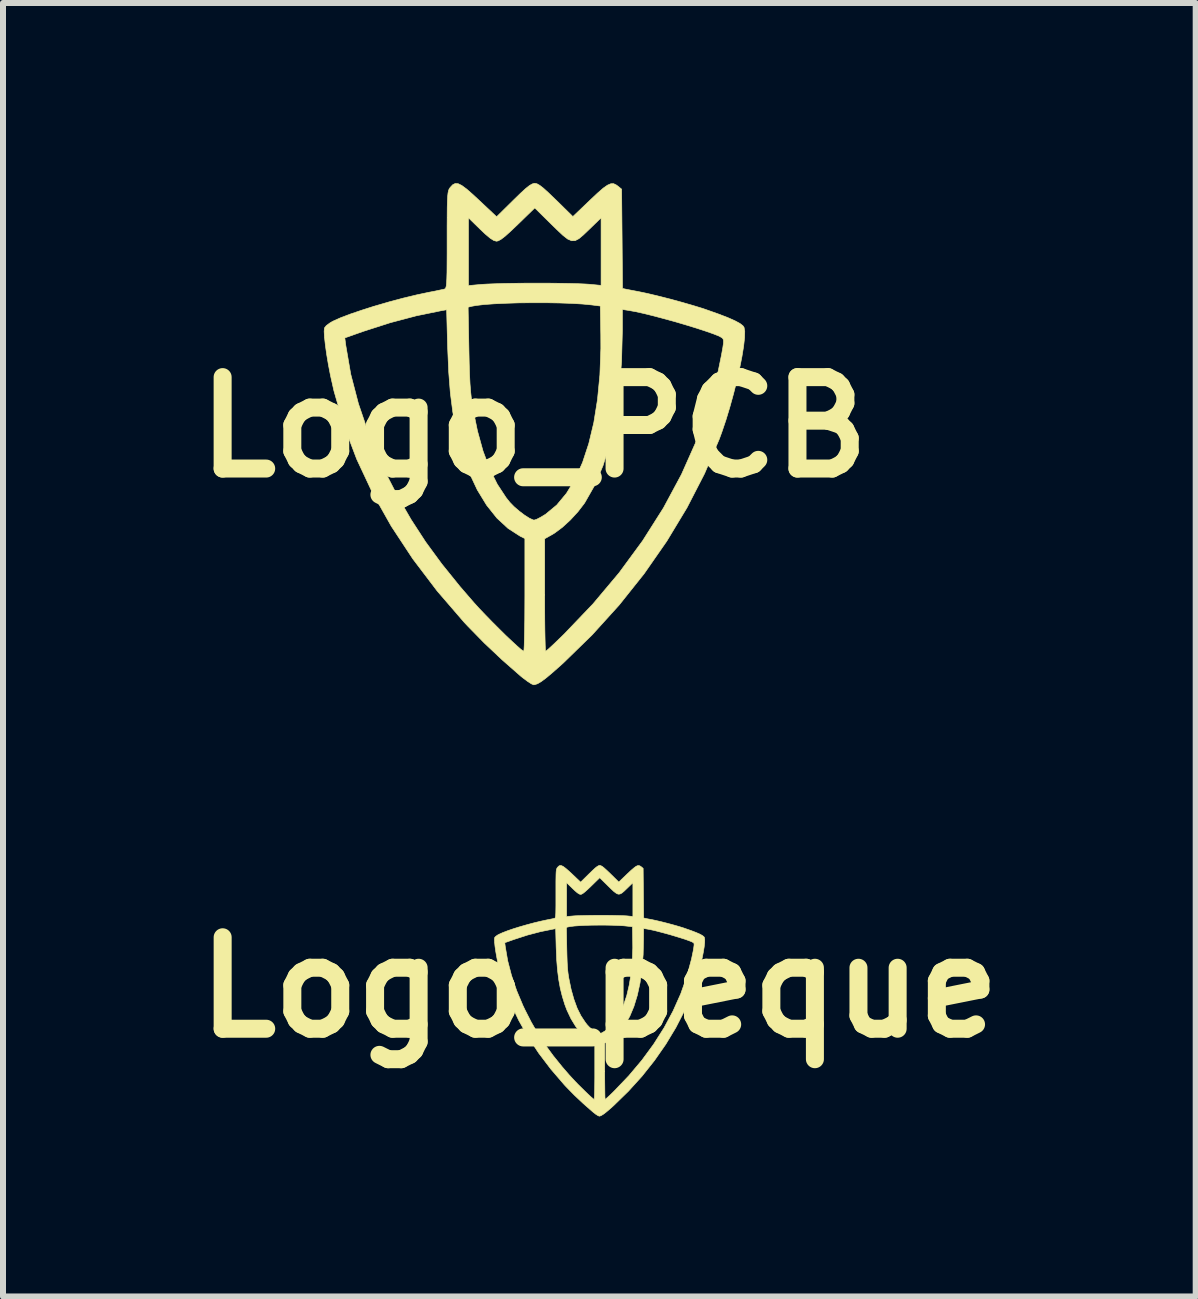
<source format=kicad_pcb>
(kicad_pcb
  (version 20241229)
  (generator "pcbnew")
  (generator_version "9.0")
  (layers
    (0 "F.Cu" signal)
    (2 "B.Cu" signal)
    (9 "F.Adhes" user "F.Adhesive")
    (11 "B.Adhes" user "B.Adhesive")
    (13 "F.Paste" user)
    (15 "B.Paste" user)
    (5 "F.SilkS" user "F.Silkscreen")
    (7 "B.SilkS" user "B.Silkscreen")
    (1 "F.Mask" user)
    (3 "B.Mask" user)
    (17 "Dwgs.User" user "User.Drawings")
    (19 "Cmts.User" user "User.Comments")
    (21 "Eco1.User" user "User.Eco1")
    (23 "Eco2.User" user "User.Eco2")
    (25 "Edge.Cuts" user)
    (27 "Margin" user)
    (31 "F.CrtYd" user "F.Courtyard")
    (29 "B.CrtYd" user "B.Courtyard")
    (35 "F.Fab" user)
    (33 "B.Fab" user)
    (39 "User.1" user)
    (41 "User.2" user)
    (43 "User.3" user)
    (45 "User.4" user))
  (footprint "Logo_peque"
    (layer "F.Cu")
    (at 6.938 13.404)
    (property "Reference" "Logo_peque" (at 0 0 0) (layer "F.SilkS") (effects (font (size 1.524 1.524) (thickness 0.3))))
    (attr through_hole)
    (fp_poly (pts (xy 0.024 -2.028) (xy 0.047 -2.016) (xy 0.078 -1.992) (xy 0.12 -1.954) (xy 0.176 -1.901) (xy 0.183 -1.894) (xy 0.324 -1.755) (xy 0.469 -1.894) (xy 0.53 -1.951) (xy 0.577 -1.991) (xy 0.612 -2.017) (xy 0.64 -2.029) (xy 0.663 -2.029) (xy 0.685 -2.019) (xy 0.7 -2.008) (xy 0.73 -1.983) (xy 0.734 -1.57) (xy 0.738 -1.156) (xy 0.766 -1.15) (xy 0.793 -1.144) (xy 0.835 -1.136) (xy 0.87 -1.13) (xy 0.944 -1.114) (xy 1.034 -1.093) (xy 1.133 -1.068) (xy 1.233 -1.041) (xy 1.327 -1.014) (xy 1.407 -0.989) (xy 1.429 -0.981) (xy 1.532 -0.945) (xy 1.613 -0.914) (xy 1.673 -0.888) (xy 1.715 -0.865) (xy 1.74 -0.846) (xy 1.75 -0.833) (xy 1.756 -0.799) (xy 1.755 -0.745) (xy 1.747 -0.673) (xy 1.733 -0.588) (xy 1.714 -0.491) (xy 1.69 -0.386) (xy 1.663 -0.278) (xy 1.632 -0.168) (xy 1.599 -0.061) (xy 1.565 0.041) (xy 1.544 0.1) (xy 1.421 0.387) (xy 1.275 0.671) (xy 1.107 0.949) (xy 0.918 1.22) (xy 0.71 1.482) (xy 0.484 1.731) (xy 0.243 1.966) (xy 0.229 1.979) (xy 0.159 2.041) (xy 0.104 2.087) (xy 0.062 2.118) (xy 0.03 2.137) (xy 0.006 2.146) (xy -0.003 2.146) (xy -0.022 2.138) (xy -0.055 2.118) (xy -0.094 2.088) (xy -0.111 2.074) (xy -0.265 1.939) (xy -0.415 1.798) (xy -0.552 1.658) (xy -0.582 1.626) (xy -0.807 1.364) (xy -1.01 1.097) (xy -1.19 0.824) (xy -1.345 0.547) (xy -1.477 0.267) (xy -1.585 -0.017) (xy -1.667 -0.302) (xy -1.696 -0.429) (xy -1.713 -0.52) (xy -1.728 -0.606) (xy -1.739 -0.684) (xy -1.745 -0.744) (xy -1.576 -0.744) (xy -1.568 -0.68) (xy -1.527 -0.441) (xy -1.463 -0.196) (xy -1.378 0.054) (xy -1.273 0.304) (xy -1.239 0.375) (xy -1.135 0.579) (xy -1.024 0.771) (xy -0.903 0.956) (xy -0.769 1.139) (xy -0.618 1.326) (xy -0.501 1.461) (xy -0.456 1.51) (xy -0.405 1.565) (xy -0.349 1.623) (xy -0.291 1.68) (xy -0.235 1.735) (xy -0.184 1.784) (xy -0.141 1.824) (xy -0.108 1.852) (xy -0.089 1.866) (xy -0.086 1.867) (xy -0.084 1.855) (xy -0.082 1.82) (xy -0.08 1.765) (xy -0.078 1.694) (xy -0.077 1.608) (xy -0.076 1.51) (xy -0.076 1.404) (xy -0.076 1.397) (xy -0.076 0.93) (xy 0.089 0.93) (xy 0.089 1.398) (xy 0.089 1.504) (xy 0.09 1.602) (xy 0.091 1.689) (xy 0.092 1.761) (xy 0.093 1.817) (xy 0.095 1.853) (xy 0.097 1.867) (xy 0.097 1.867) (xy 0.109 1.858) (xy 0.135 1.835) (xy 0.173 1.8) (xy 0.219 1.756) (xy 0.251 1.724) (xy 0.491 1.473) (xy 0.709 1.214) (xy 0.905 0.947) (xy 1.079 0.673) (xy 1.229 0.393) (xy 1.356 0.108) (xy 1.458 -0.181) (xy 1.536 -0.473) (xy 1.563 -0.603) (xy 1.573 -0.661) (xy 1.578 -0.699) (xy 1.579 -0.723) (xy 1.575 -0.736) (xy 1.566 -0.745) (xy 1.565 -0.746) (xy 1.539 -0.76) (xy 1.493 -0.778) (xy 1.429 -0.801) (xy 1.353 -0.825) (xy 1.268 -0.851) (xy 1.178 -0.878) (xy 1.087 -0.903) (xy 1 -0.926) (xy 0.919 -0.947) (xy 0.849 -0.962) (xy 0.795 -0.972) (xy 0.737 -0.981) (xy 0.736 -0.811) (xy 0.73 -0.546) (xy 0.71 -0.301) (xy 0.678 -0.074) (xy 0.633 0.132) (xy 0.576 0.318) (xy 0.507 0.483) (xy 0.425 0.626) (xy 0.419 0.635) (xy 0.366 0.705) (xy 0.303 0.773) (xy 0.237 0.834) (xy 0.174 0.881) (xy 0.156 0.892) (xy 0.089 0.93) (xy -0.076 0.93) (xy -0.076 0.928) (xy -0.117 0.907) (xy -0.216 0.844) (xy -0.309 0.757) (xy -0.395 0.65) (xy -0.473 0.522) (xy -0.541 0.378) (xy -0.576 0.285) (xy -0.617 0.152) (xy -0.651 0.016) (xy -0.677 -0.128) (xy -0.697 -0.285) (xy -0.711 -0.458) (xy -0.719 -0.651) (xy -0.72 -0.676) (xy -0.728 -0.978) (xy -0.773 -0.97) (xy -0.981 -0.928) (xy -1.198 -0.871) (xy -1.414 -0.801) (xy -1.426 -0.797) (xy -1.576 -0.744) (xy -1.745 -0.744) (xy -1.746 -0.75) (xy -1.748 -0.799) (xy -1.746 -0.827) (xy -1.746 -0.827) (xy -1.731 -0.846) (xy -1.7 -0.869) (xy -1.677 -0.882) (xy -1.613 -0.911) (xy -1.53 -0.943) (xy -1.431 -0.977) (xy -1.357 -1) (xy -0.549 -1) (xy -0.543 -0.655) (xy -0.54 -0.538) (xy -0.537 -0.441) (xy -0.533 -0.36) (xy -0.528 -0.292) (xy -0.521 -0.231) (xy -0.512 -0.174) (xy -0.51 -0.159) (xy -0.471 0.032) (xy -0.424 0.199) (xy -0.37 0.347) (xy -0.306 0.475) (xy -0.232 0.587) (xy -0.201 0.626) (xy -0.167 0.662) (xy -0.124 0.699) (xy -0.079 0.733) (xy -0.037 0.759) (xy -0.006 0.773) (xy 0.002 0.774) (xy 0.022 0.768) (xy 0.056 0.75) (xy 0.097 0.725) (xy 0.1 0.723) (xy 0.19 0.648) (xy 0.271 0.551) (xy 0.342 0.433) (xy 0.404 0.294) (xy 0.457 0.136) (xy 0.498 -0.039) (xy 0.529 -0.23) (xy 0.549 -0.436) (xy 0.557 -0.656) (xy 0.556 -0.768) (xy 0.552 -1.01) (xy 0.483 -1.018) (xy 0.407 -1.026) (xy 0.315 -1.031) (xy 0.212 -1.035) (xy 0.101 -1.037) (xy -0.013 -1.037) (xy -0.126 -1.036) (xy -0.233 -1.033) (xy -0.331 -1.028) (xy -0.416 -1.022) (xy -0.482 -1.014) (xy -0.519 -1.007) (xy -0.549 -1) (xy -1.357 -1) (xy -1.321 -1.011) (xy -1.206 -1.044) (xy -1.09 -1.075) (xy -0.978 -1.102) (xy -0.876 -1.124) (xy -0.824 -1.134) (xy -0.78 -1.143) (xy -0.751 -1.15) (xy -0.746 -1.151) (xy -0.74 -1.154) (xy -0.735 -1.162) (xy -0.731 -1.177) (xy -0.728 -1.201) (xy -0.726 -1.238) (xy -0.725 -1.29) (xy -0.724 -1.359) (xy -0.724 -1.449) (xy -0.724 -1.561) (xy -0.724 -1.561) (xy -0.724 -1.673) (xy -0.724 -1.744) (xy -0.546 -1.744) (xy -0.546 -1.18) (xy -0.435 -1.19) (xy -0.392 -1.193) (xy -0.328 -1.195) (xy -0.248 -1.197) (xy -0.157 -1.199) (xy -0.061 -1.2) (xy 0.019 -1.2) (xy 0.116 -1.2) (xy 0.21 -1.199) (xy 0.297 -1.197) (xy 0.371 -1.195) (xy 0.428 -1.193) (xy 0.46 -1.191) (xy 0.559 -1.181) (xy 0.559 -1.744) (xy 0.459 -1.647) (xy 0.412 -1.602) (xy 0.375 -1.571) (xy 0.343 -1.555) (xy 0.313 -1.553) (xy 0.281 -1.568) (xy 0.241 -1.598) (xy 0.19 -1.646) (xy 0.147 -1.688) (xy 0.006 -1.827) (xy -0.136 -1.688) (xy -0.196 -1.631) (xy -0.241 -1.591) (xy -0.274 -1.565) (xy -0.298 -1.552) (xy -0.312 -1.549) (xy -0.335 -1.555) (xy -0.366 -1.575) (xy -0.407 -1.61) (xy -0.446 -1.647) (xy -0.546 -1.744) (xy -0.724 -1.744) (xy -0.724 -1.763) (xy -0.723 -1.833) (xy -0.722 -1.885) (xy -0.72 -1.924) (xy -0.717 -1.952) (xy -0.713 -1.971) (xy -0.707 -1.984) (xy -0.701 -1.995) (xy -0.698 -1.999) (xy -0.677 -2.02) (xy -0.657 -2.031) (xy -0.632 -2.029) (xy -0.601 -2.014) (xy -0.561 -1.984) (xy -0.508 -1.938) (xy -0.459 -1.893) (xy -0.312 -1.753) (xy -0.17 -1.893) (xy -0.113 -1.948) (xy -0.07 -1.988) (xy -0.038 -2.013) (xy -0.014 -2.027) (xy 0.004 -2.032) (xy 0.006 -2.032) (xy 0.024 -2.028)) (stroke (width 0.01) (type solid)) (fill yes) (layer "F.SilkS")))
  (footprint "Logo_PCB"
    (layer "F.Cu")
    (at 5.849 4.069)
    (property "Reference" "Logo_PCB" (at 0 0 0) (layer "F.SilkS") (effects (font (size 1.524 1.524) (thickness 0.3))))
    (attr through_hole)
    (fp_poly (pts (xy 0.049 -4.057) (xy 0.095 -4.031) (xy 0.156 -3.984) (xy 0.24 -3.908) (xy 0.351 -3.801) (xy 0.366 -3.787) (xy 0.648 -3.51) (xy 0.938 -3.787) (xy 1.06 -3.902) (xy 1.153 -3.983) (xy 1.224 -4.033) (xy 1.28 -4.057) (xy 1.327 -4.058) (xy 1.371 -4.037) (xy 1.401 -4.015) (xy 1.46 -3.967) (xy 1.468 -3.139) (xy 1.475 -2.312) (xy 1.531 -2.3) (xy 1.587 -2.289) (xy 1.671 -2.273) (xy 1.74 -2.26) (xy 1.888 -2.229) (xy 2.068 -2.186) (xy 2.266 -2.136) (xy 2.467 -2.081) (xy 2.654 -2.027) (xy 2.814 -1.978) (xy 2.857 -1.963) (xy 3.064 -1.89) (xy 3.226 -1.828) (xy 3.346 -1.775) (xy 3.43 -1.73) (xy 3.481 -1.691) (xy 3.5 -1.665) (xy 3.512 -1.598) (xy 3.509 -1.49) (xy 3.493 -1.347) (xy 3.465 -1.175) (xy 3.427 -0.982) (xy 3.38 -0.773) (xy 3.325 -0.556) (xy 3.264 -0.336) (xy 3.199 -0.121) (xy 3.13 0.083) (xy 3.087 0.2) (xy 2.842 0.774) (xy 2.55 1.341) (xy 2.213 1.899) (xy 1.836 2.441) (xy 1.42 2.963) (xy 0.969 3.461) (xy 0.487 3.931) (xy 0.457 3.958) (xy 0.317 4.082) (xy 0.208 4.174) (xy 0.124 4.237) (xy 0.06 4.275) (xy 0.011 4.291) (xy -0.006 4.293) (xy -0.044 4.277) (xy -0.109 4.235) (xy -0.189 4.175) (xy -0.222 4.148) (xy -0.53 3.878) (xy -0.83 3.595) (xy -1.104 3.315) (xy -1.164 3.251) (xy -1.615 2.728) (xy -2.02 2.194) (xy -2.379 1.649) (xy -2.691 1.095) (xy -2.954 0.534) (xy -3.169 -0.033) (xy -3.334 -0.605) (xy -3.391 -0.858) (xy -3.426 -1.039) (xy -3.455 -1.212) (xy -3.477 -1.368) (xy -3.49 -1.488) (xy -3.153 -1.488) (xy -3.136 -1.36) (xy -3.054 -0.883) (xy -2.926 -0.392) (xy -2.756 0.107) (xy -2.546 0.607) (xy -2.479 0.749) (xy -2.269 1.157) (xy -2.047 1.541) (xy -1.806 1.912) (xy -1.537 2.279) (xy -1.236 2.652) (xy -1.002 2.923) (xy -0.913 3.021) (xy -0.809 3.13) (xy -0.697 3.245) (xy -0.582 3.36) (xy -0.471 3.47) (xy -0.368 3.567) (xy -0.281 3.647) (xy -0.216 3.704) (xy -0.177 3.732) (xy -0.172 3.734) (xy -0.167 3.709) (xy -0.163 3.64) (xy -0.16 3.53) (xy -0.157 3.387) (xy -0.154 3.215) (xy -0.153 3.021) (xy -0.152 2.809) (xy -0.152 2.795) (xy -0.152 1.859) (xy 0.178 1.859) (xy 0.178 2.796) (xy 0.178 3.009) (xy 0.179 3.205) (xy 0.181 3.378) (xy 0.184 3.523) (xy 0.187 3.634) (xy 0.19 3.706) (xy 0.194 3.734) (xy 0.194 3.734) (xy 0.217 3.717) (xy 0.27 3.67) (xy 0.345 3.6) (xy 0.437 3.511) (xy 0.502 3.448) (xy 0.982 2.946) (xy 1.418 2.427) (xy 1.81 1.893) (xy 2.157 1.346) (xy 2.458 0.786) (xy 2.711 0.217) (xy 2.916 -0.361) (xy 3.072 -0.946) (xy 3.125 -1.206) (xy 3.146 -1.322) (xy 3.157 -1.398) (xy 3.158 -1.445) (xy 3.15 -1.472) (xy 3.132 -1.491) (xy 3.13 -1.492) (xy 3.079 -1.52) (xy 2.985 -1.557) (xy 2.859 -1.601) (xy 2.706 -1.651) (xy 2.536 -1.703) (xy 2.357 -1.756) (xy 2.175 -1.806) (xy 1.999 -1.853) (xy 1.838 -1.893) (xy 1.698 -1.924) (xy 1.589 -1.944) (xy 1.473 -1.962) (xy 1.473 -1.622) (xy 1.459 -1.093) (xy 1.42 -0.601) (xy 1.356 -0.148) (xy 1.266 0.265) (xy 1.152 0.636) (xy 1.013 0.966) (xy 0.85 1.252) (xy 0.838 1.271) (xy 0.732 1.409) (xy 0.606 1.546) (xy 0.473 1.668) (xy 0.347 1.762) (xy 0.312 1.784) (xy 0.178 1.859) (xy -0.152 1.859) (xy -0.152 1.856) (xy -0.235 1.814) (xy -0.432 1.687) (xy -0.618 1.515) (xy -0.79 1.299) (xy -0.945 1.045) (xy -1.081 0.755) (xy -1.151 0.569) (xy -1.234 0.305) (xy -1.301 0.032) (xy -1.354 -0.257) (xy -1.394 -0.57) (xy -1.421 -0.916) (xy -1.438 -1.303) (xy -1.44 -1.353) (xy -1.456 -1.957) (xy -1.547 -1.941) (xy -1.962 -1.856) (xy -2.396 -1.741) (xy -2.829 -1.602) (xy -2.853 -1.594) (xy -3.153 -1.488) (xy -3.49 -1.488) (xy -3.492 -1.499) (xy -3.497 -1.597) (xy -3.492 -1.654) (xy -3.492 -1.654) (xy -3.461 -1.693) (xy -3.4 -1.738) (xy -3.354 -1.765) (xy -3.227 -1.822) (xy -3.059 -1.886) (xy -2.861 -1.953) (xy -2.714 -2) (xy -1.098 -2) (xy -1.085 -1.311) (xy -1.08 -1.075) (xy -1.074 -0.881) (xy -1.066 -0.72) (xy -1.055 -0.584) (xy -1.042 -0.463) (xy -1.025 -0.348) (xy -1.02 -0.318) (xy -0.942 0.063) (xy -0.849 0.399) (xy -0.739 0.693) (xy -0.612 0.95) (xy -0.465 1.174) (xy -0.402 1.253) (xy -0.333 1.324) (xy -0.247 1.398) (xy -0.157 1.466) (xy -0.075 1.518) (xy -0.012 1.546) (xy 0.003 1.548) (xy 0.044 1.535) (xy 0.112 1.5) (xy 0.193 1.451) (xy 0.199 1.446) (xy 0.379 1.297) (xy 0.541 1.102) (xy 0.685 0.865) (xy 0.809 0.588) (xy 0.913 0.273) (xy 0.997 -0.078) (xy 1.058 -0.46) (xy 1.098 -0.872) (xy 1.114 -1.312) (xy 1.113 -1.537) (xy 1.105 -2.019) (xy 0.965 -2.037) (xy 0.813 -2.052) (xy 0.63 -2.063) (xy 0.423 -2.07) (xy 0.202 -2.074) (xy -0.026 -2.074) (xy -0.251 -2.072) (xy -0.467 -2.065) (xy -0.663 -2.056) (xy -0.832 -2.044) (xy -0.965 -2.028) (xy -1.038 -2.015) (xy -1.098 -2) (xy -2.714 -2) (xy -2.642 -2.022) (xy -2.412 -2.089) (xy -2.18 -2.151) (xy -1.956 -2.205) (xy -1.753 -2.248) (xy -1.649 -2.268) (xy -1.56 -2.287) (xy -1.502 -2.299) (xy -1.492 -2.302) (xy -1.48 -2.309) (xy -1.47 -2.324) (xy -1.462 -2.354) (xy -1.457 -2.403) (xy -1.453 -2.477) (xy -1.45 -2.58) (xy -1.449 -2.719) (xy -1.448 -2.897) (xy -1.448 -3.122) (xy -1.448 -3.122) (xy -1.448 -3.347) (xy -1.447 -3.489) (xy -1.092 -3.489) (xy -1.092 -2.36) (xy -0.87 -2.38) (xy -0.783 -2.385) (xy -0.655 -2.39) (xy -0.496 -2.395) (xy -0.315 -2.398) (xy -0.122 -2.4) (xy 0.038 -2.4) (xy 0.232 -2.4) (xy 0.42 -2.398) (xy 0.593 -2.395) (xy 0.742 -2.391) (xy 0.857 -2.386) (xy 0.921 -2.382) (xy 1.118 -2.363) (xy 1.118 -3.489) (xy 0.917 -3.294) (xy 0.823 -3.204) (xy 0.749 -3.142) (xy 0.687 -3.109) (xy 0.627 -3.107) (xy 0.561 -3.135) (xy 0.482 -3.197) (xy 0.381 -3.292) (xy 0.295 -3.376) (xy 0.013 -3.654) (xy -0.273 -3.376) (xy -0.392 -3.263) (xy -0.482 -3.182) (xy -0.549 -3.131) (xy -0.597 -3.105) (xy -0.625 -3.099) (xy -0.67 -3.111) (xy -0.731 -3.15) (xy -0.814 -3.22) (xy -0.892 -3.294) (xy -1.092 -3.489) (xy -1.447 -3.489) (xy -1.447 -3.526) (xy -1.446 -3.665) (xy -1.443 -3.771) (xy -1.439 -3.848) (xy -1.433 -3.903) (xy -1.425 -3.941) (xy -1.415 -3.968) (xy -1.401 -3.989) (xy -1.395 -3.997) (xy -1.355 -4.04) (xy -1.313 -4.061) (xy -1.264 -4.058) (xy -1.203 -4.028) (xy -1.122 -3.968) (xy -1.017 -3.876) (xy -0.919 -3.785) (xy -0.623 -3.507) (xy -0.341 -3.785) (xy -0.226 -3.897) (xy -0.14 -3.976) (xy -0.076 -4.027) (xy -0.029 -4.054) (xy 0.008 -4.064) (xy 0.013 -4.064) (xy 0.049 -4.057)) (stroke (width 0.01) (type solid)) (fill yes) (layer "F.SilkS")))
  (gr_rect
    (start -3 -3)
    (end 16.876 18.555)
    (stroke (width 0.1) (type default))
    (fill no)
    (layer "Edge.Cuts")))
</source>
